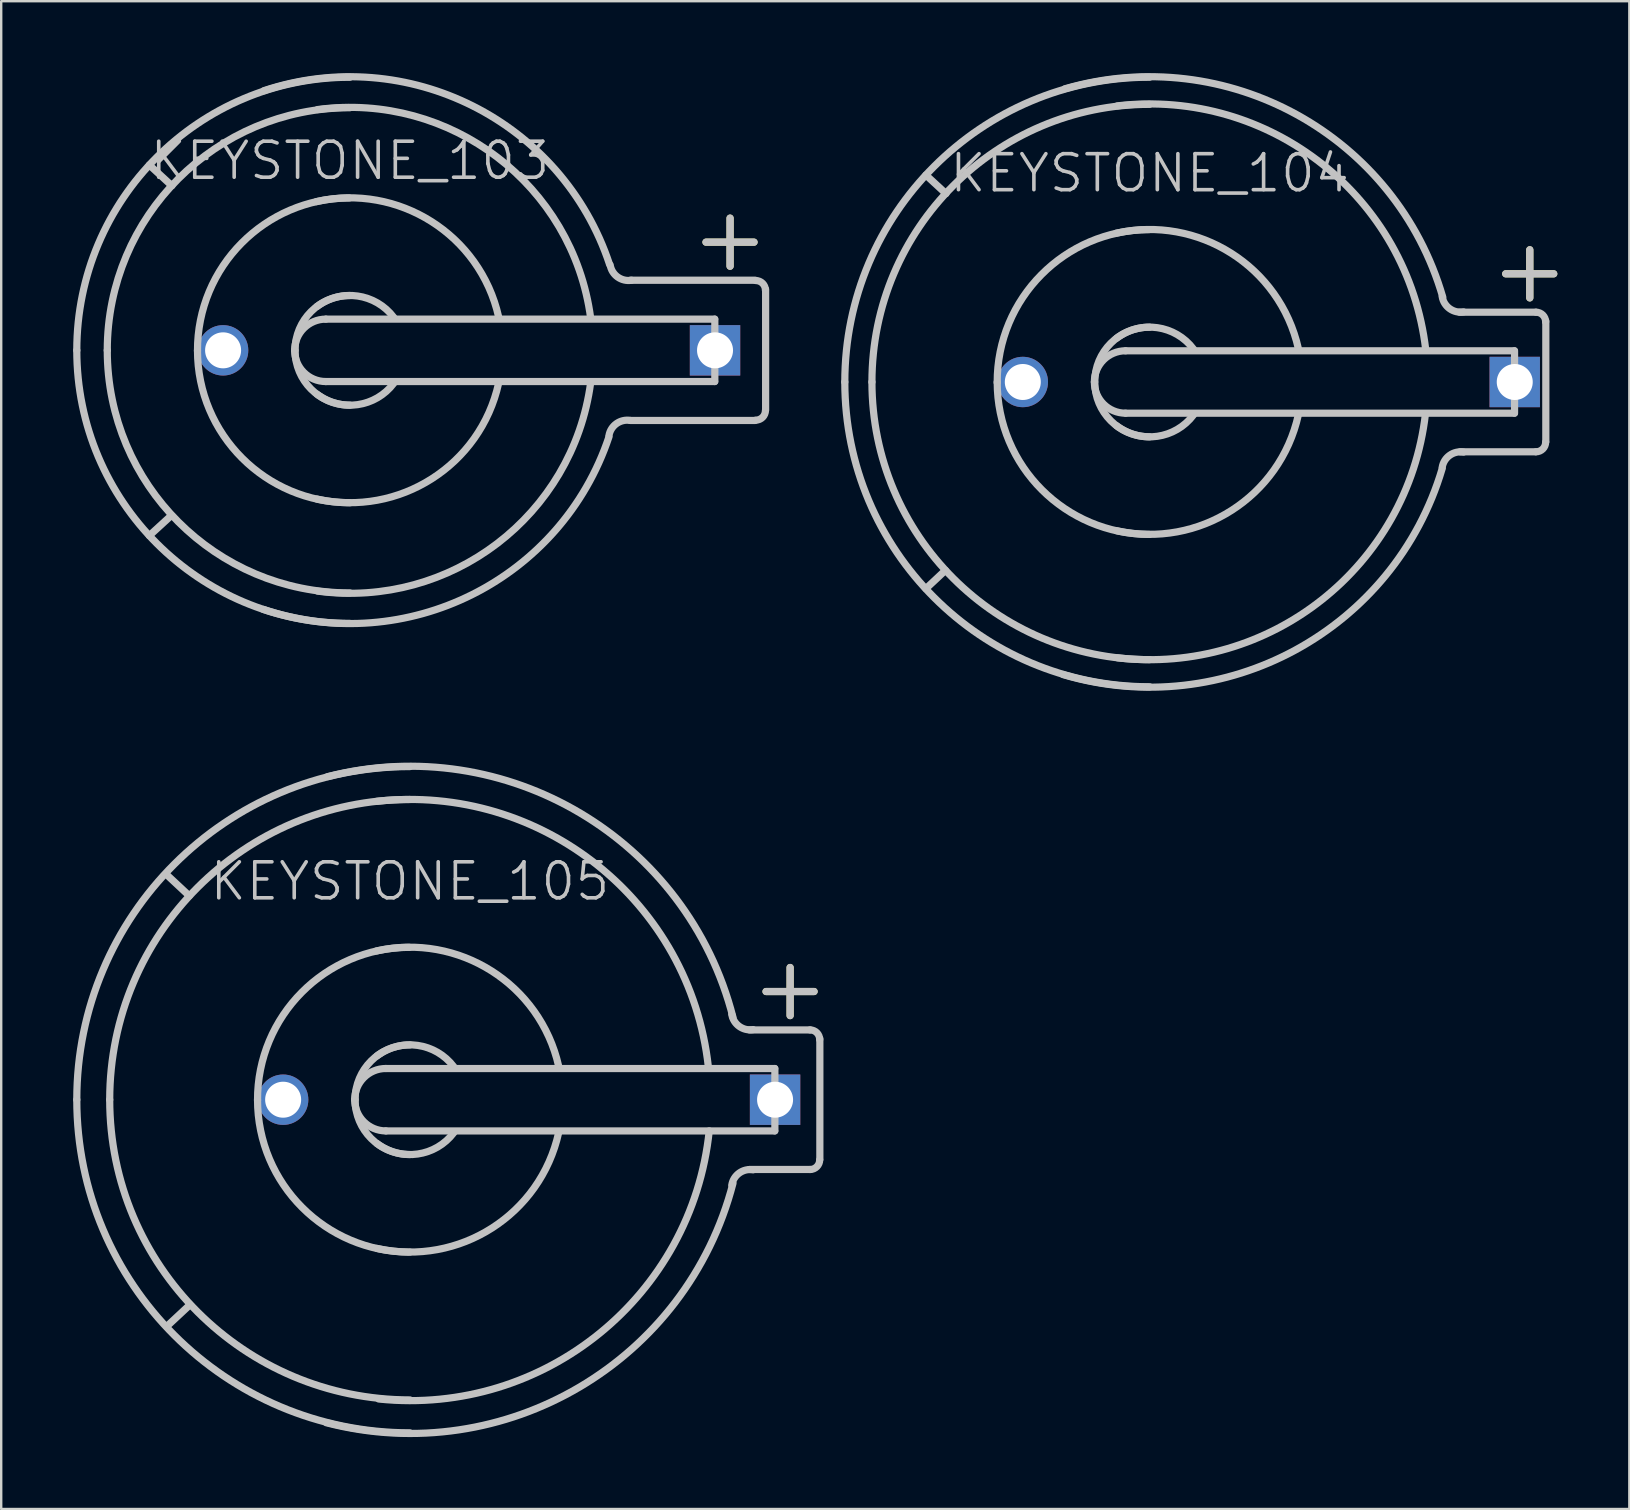
<source format=kicad_pcb>
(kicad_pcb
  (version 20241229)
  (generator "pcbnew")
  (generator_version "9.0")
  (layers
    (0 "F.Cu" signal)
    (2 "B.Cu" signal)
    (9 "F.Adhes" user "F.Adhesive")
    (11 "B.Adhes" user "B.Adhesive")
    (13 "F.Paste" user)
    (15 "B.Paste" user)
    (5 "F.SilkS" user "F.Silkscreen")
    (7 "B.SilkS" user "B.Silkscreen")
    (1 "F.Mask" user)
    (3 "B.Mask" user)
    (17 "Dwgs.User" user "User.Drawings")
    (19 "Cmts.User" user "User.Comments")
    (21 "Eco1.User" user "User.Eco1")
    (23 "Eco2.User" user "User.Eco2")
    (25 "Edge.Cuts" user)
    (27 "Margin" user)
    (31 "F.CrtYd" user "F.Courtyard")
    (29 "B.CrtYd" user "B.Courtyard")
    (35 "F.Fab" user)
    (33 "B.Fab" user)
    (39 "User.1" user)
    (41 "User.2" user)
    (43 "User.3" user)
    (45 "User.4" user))
  (footprint "KEYSTONE_103"
    (layer "F.Cu")
    (at 11.529 11.548)
    (property "Reference" "KEYSTONE_103" (at 0 -7.9 0) (layer "Dwgs.User") (effects (font (size 1.5 1.5) (thickness 0.15))))
    (attr through_hole)
    (fp_line (start 14.839 -4.508) (end 16.84 -4.508) (stroke (width 0.3) (type solid)) (layer "F.SilkS"))
    (fp_line (start 15.842 -3.505) (end 15.842 -5.509) (stroke (width 0.3) (type solid)) (layer "F.SilkS"))
    (fp_line (start -8.357 -7.722) (end -7.417 -6.858) (stroke (width 0.3) (type solid)) (layer "Dwgs.User"))
    (fp_line (start -8.357 7.722) (end -7.442 6.883) (stroke (width 0.3) (type solid)) (layer "Dwgs.User"))
    (fp_line (start -1.001 -1.3) (end 15.199 -1.3) (stroke (width 0.3) (type solid)) (layer "Dwgs.User"))
    (fp_line (start 11.684 -2.921) (end 16.891 -2.921) (stroke (width 0.3) (type solid)) (layer "Dwgs.User"))
    (fp_line (start 14.839 -4.508) (end 16.84 -4.508) (stroke (width 0.3) (type solid)) (layer "Dwgs.User"))
    (fp_line (start 15.199 1.3) (end -1.001 1.3) (stroke (width 0.3) (type solid)) (layer "Dwgs.User"))
    (fp_line (start 15.207 -1.3) (end 15.207 1.3) (stroke (width 0.3) (type solid)) (layer "Dwgs.User"))
    (fp_line (start 15.842 -3.505) (end 15.842 -5.509) (stroke (width 0.3) (type solid)) (layer "Dwgs.User"))
    (fp_line (start 16.891 2.921) (end 11.684 2.921) (stroke (width 0.3) (type solid)) (layer "Dwgs.User"))
    (fp_line (start 17.323 -2.54) (end 17.323 2.489) (stroke (width 0.3) (type solid)) (layer "Dwgs.User"))
    (fp_arc (start -11.3792 0) (mid -8.046309 -8.046309) (end 0 -11.3792) (stroke (width 0.3) (type solid)) (layer "Dwgs.User"))
    (fp_arc (start -10.1092 0) (mid -7.148284 -7.148284) (end 0 -10.1092) (stroke (width 0.3) (type solid)) (layer "Dwgs.User"))
    (fp_arc (start -6.35 0.0254) (mid -4.508089 -4.472168) (end -0.0254 -6.35) (stroke (width 0.3) (type solid)) (layer "Dwgs.User"))
    (fp_arc (start -3.5814 -10.8204) (mid 5.118746 -10.18361) (end 10.8204 -3.5814) (stroke (width 0.3) (type solid)) (layer "Dwgs.User"))
    (fp_arc (start -2.30124 0) (mid -1.920338 -0.919578) (end -1.00076 -1.30048) (stroke (width 0.3) (type solid)) (layer "Dwgs.User"))
    (fp_arc (start -2.286 0) (mid -1.616446 -1.616446) (end 0 -2.286) (stroke (width 0.3) (type solid)) (layer "Dwgs.User"))
    (fp_arc (start -1.397 -6.1976) (mid 3.394537 -5.370193) (end 6.1976 -1.397) (stroke (width 0.3) (type solid)) (layer "Dwgs.User"))
    (fp_arc (start -1.3716 -1.8288) (mid 0.323289 -2.263025) (end 1.8288 -1.3716) (stroke (width 0.3) (type solid)) (layer "Dwgs.User"))
    (fp_arc (start -1.3462 -10.033) (mid 6.142495 -8.046309) (end 10.033 -1.3462) (stroke (width 0.3) (type solid)) (layer "Dwgs.User"))
    (fp_arc (start -1.00076 1.30048) (mid -1.920338 0.919578) (end -2.30124 0) (stroke (width 0.3) (type solid)) (layer "Dwgs.User"))
    (fp_arc (start 0 2.286) (mid -1.616446 1.616446) (end -2.286 0) (stroke (width 0.3) (type solid)) (layer "Dwgs.User"))
    (fp_arc (start 0 6.35) (mid -4.490128 4.490128) (end -6.35 0) (stroke (width 0.3) (type solid)) (layer "Dwgs.User"))
    (fp_arc (start 0 10.1092) (mid -7.148284 7.148284) (end -10.1092 0) (stroke (width 0.3) (type solid)) (layer "Dwgs.User"))
    (fp_arc (start 0 11.3792) (mid -8.046309 8.046309) (end -11.3792 0) (stroke (width 0.3) (type solid)) (layer "Dwgs.User"))
    (fp_arc (start 1.8288 1.3716) (mid 0.323289 2.263025) (end -1.3716 1.8288) (stroke (width 0.3) (type solid)) (layer "Dwgs.User"))
    (fp_arc (start 6.1976 1.3716) (mid 3.412497 5.352233) (end -1.3716 6.1976) (stroke (width 0.3) (type solid)) (layer "Dwgs.User"))
    (fp_arc (start 10.033 1.3462) (mid 6.142495 8.046309) (end -1.3462 10.033) (stroke (width 0.3) (type solid)) (layer "Dwgs.User"))
    (fp_arc (start 10.795 3.556) (mid 11.107987 3.054382) (end 11.684 2.921) (stroke (width 0.3) (type solid)) (layer "Dwgs.User"))
    (fp_arc (start 10.795 3.6068) (mid 5.082825 10.18361) (end -3.6068 10.795) (stroke (width 0.3) (type solid)) (layer "Dwgs.User"))
    (fp_arc (start 11.7348 -2.921) (mid 11.158787 -3.054382) (end 10.8458 -3.556) (stroke (width 0.3) (type solid)) (layer "Dwgs.User"))
    (fp_arc (start 16.91386 -2.9083) (mid 17.197636 -2.790756) (end 17.31518 -2.50698) (stroke (width 0.3) (type solid)) (layer "Dwgs.User"))
    (fp_arc (start 17.31518 2.50698) (mid 17.197636 2.790756) (end 16.91386 2.9083) (stroke (width 0.3) (type solid)) (layer "Dwgs.User"))
    (pad "1" thru_hole rect (at 15.215 0) (size 2.1 2.1) (drill 1.5) (layers "*.Cu" "*.Mask"))
    (pad "2" thru_hole circle (at -5.283 0) (size 2.1 2.1) (drill 1.5) (layers "*.Cu" "*.Mask")))
  (footprint "KEYSTONE_104"
    (layer "F.Cu")
    (at 44.852 12.867)
    (property "Reference" "KEYSTONE_104" (at 0 -8.7 0) (layer "Dwgs.User") (effects (font (size 1.5 1.5) (thickness 0.15))))
    (attr through_hole)
    (fp_line (start 14.839 -4.508) (end 16.84 -4.508) (stroke (width 0.3) (type solid)) (layer "F.SilkS"))
    (fp_line (start 15.842 -3.505) (end 15.842 -5.509) (stroke (width 0.3) (type solid)) (layer "F.SilkS"))
    (fp_line (start -8.509 7.849) (end -9.322 8.611) (stroke (width 0.3) (type solid)) (layer "Dwgs.User"))
    (fp_line (start -8.484 -7.849) (end -9.322 -8.623) (stroke (width 0.3) (type solid)) (layer "Dwgs.User"))
    (fp_line (start -1.001 -1.3) (end 15.199 -1.3) (stroke (width 0.3) (type solid)) (layer "Dwgs.User"))
    (fp_line (start 14.839 -4.508) (end 16.84 -4.508) (stroke (width 0.3) (type solid)) (layer "Dwgs.User"))
    (fp_line (start 15.199 1.3) (end -1.001 1.3) (stroke (width 0.3) (type solid)) (layer "Dwgs.User"))
    (fp_line (start 15.207 -1.3) (end 15.207 1.3) (stroke (width 0.3) (type solid)) (layer "Dwgs.User"))
    (fp_line (start 15.842 -3.505) (end 15.842 -5.509) (stroke (width 0.3) (type solid)) (layer "Dwgs.User"))
    (fp_line (start 16.091 2.908) (end 12.941 2.908) (stroke (width 0.3) (type solid)) (layer "Dwgs.User"))
    (fp_line (start 16.104 -2.908) (end 12.916 -2.908) (stroke (width 0.3) (type solid)) (layer "Dwgs.User"))
    (fp_line (start 16.51 -2.54) (end 16.51 2.489) (stroke (width 0.3) (type solid)) (layer "Dwgs.User"))
    (fp_arc (start -12.7 0) (mid -8.980256 -8.980256) (end 0 -12.7) (stroke (width 0.3) (type solid)) (layer "Dwgs.User"))
    (fp_arc (start -11.5697 0) (mid -8.181013 -8.181013) (end 0 -11.5697) (stroke (width 0.3) (type solid)) (layer "Dwgs.User"))
    (fp_arc (start -6.35 0.0254) (mid -4.508089 -4.472168) (end -0.0254 -6.35) (stroke (width 0.3) (type solid)) (layer "Dwgs.User"))
    (fp_arc (start -3.5306 -12.2174) (mid 6.142495 -11.135518) (end 12.2174 -3.5306) (stroke (width 0.3) (type solid)) (layer "Dwgs.User"))
    (fp_arc (start -2.30124 0) (mid -1.920338 -0.919578) (end -1.00076 -1.30048) (stroke (width 0.3) (type solid)) (layer "Dwgs.User"))
    (fp_arc (start -2.286 0) (mid -1.616446 -1.616446) (end 0 -2.286) (stroke (width 0.3) (type solid)) (layer "Dwgs.User"))
    (fp_arc (start -1.397 -6.1976) (mid 3.394537 -5.370193) (end 6.1976 -1.397) (stroke (width 0.3) (type solid)) (layer "Dwgs.User"))
    (fp_arc (start -1.3716 -1.8288) (mid 0.323289 -2.263025) (end 1.8288 -1.3716) (stroke (width 0.3) (type solid)) (layer "Dwgs.User"))
    (fp_arc (start -1.3462 -11.5062) (mid 7.184205 -9.088019) (end 11.5062 -1.3462) (stroke (width 0.3) (type solid)) (layer "Dwgs.User"))
    (fp_arc (start -1.00076 1.30048) (mid -1.920338 0.919578) (end -2.30124 0) (stroke (width 0.3) (type solid)) (layer "Dwgs.User"))
    (fp_arc (start 0 2.286) (mid -1.616446 1.616446) (end -2.286 0) (stroke (width 0.3) (type solid)) (layer "Dwgs.User"))
    (fp_arc (start 0 6.35) (mid -4.490128 4.490128) (end -6.35 0) (stroke (width 0.3) (type solid)) (layer "Dwgs.User"))
    (fp_arc (start 0 11.5697) (mid -8.181013 8.181013) (end -11.5697 0) (stroke (width 0.3) (type solid)) (layer "Dwgs.User"))
    (fp_arc (start 0 12.7) (mid -8.980256 8.980256) (end -12.7 0) (stroke (width 0.3) (type solid)) (layer "Dwgs.User"))
    (fp_arc (start 1.8288 1.3716) (mid 0.323289 2.263025) (end -1.3716 1.8288) (stroke (width 0.3) (type solid)) (layer "Dwgs.User"))
    (fp_arc (start 6.1976 1.3716) (mid 3.412497 5.352233) (end -1.3716 6.1976) (stroke (width 0.3) (type solid)) (layer "Dwgs.User"))
    (fp_arc (start 11.4935 1.3335) (mid 7.184205 9.070059) (end -1.3335 11.4935) (stroke (width 0.3) (type solid)) (layer "Dwgs.User"))
    (fp_arc (start 12.192 3.556) (mid 12.504987 3.054382) (end 13.081 2.921) (stroke (width 0.3) (type solid)) (layer "Dwgs.User"))
    (fp_arc (start 12.192 3.6068) (mid 6.070653 11.171439) (end -3.6068 12.192) (stroke (width 0.3) (type solid)) (layer "Dwgs.User"))
    (fp_arc (start 13.081 -2.921) (mid 12.504987 -3.054382) (end 12.192 -3.556) (stroke (width 0.3) (type solid)) (layer "Dwgs.User"))
    (fp_arc (start 16.10106 -2.9083) (mid 16.384836 -2.790756) (end 16.50238 -2.50698) (stroke (width 0.3) (type solid)) (layer "Dwgs.User"))
    (fp_arc (start 16.50238 2.50698) (mid 16.384836 2.790756) (end 16.10106 2.9083) (stroke (width 0.3) (type solid)) (layer "Dwgs.User"))
    (pad "1" thru_hole rect (at 15.215 0) (size 2.1 2.1) (drill 1.5) (layers "*.Cu" "*.Mask"))
    (pad "2" thru_hole circle (at -5.283 0) (size 2.1 2.1) (drill 1.5) (layers "*.Cu" "*.Mask")))
  (footprint "KEYSTONE_105"
    (layer "F.Cu")
    (at 14.031 42.773)
    (property "Reference" "KEYSTONE_105" (at 0 -9.1 0) (layer "Dwgs.User") (effects (font (size 1.5 1.5) (thickness 0.15))))
    (attr through_hole)
    (fp_line (start 14.839 -4.508) (end 16.84 -4.508) (stroke (width 0.3) (type solid)) (layer "F.SilkS"))
    (fp_line (start 15.842 -3.505) (end 15.842 -5.509) (stroke (width 0.3) (type solid)) (layer "F.SilkS"))
    (fp_line (start -9.195 -8.496) (end -10.16 -9.398) (stroke (width 0.3) (type solid)) (layer "Dwgs.User"))
    (fp_line (start -9.169 8.547) (end -10.135 9.449) (stroke (width 0.3) (type solid)) (layer "Dwgs.User"))
    (fp_line (start -1.001 -1.3) (end 15.199 -1.3) (stroke (width 0.3) (type solid)) (layer "Dwgs.User"))
    (fp_line (start 14.839 -4.508) (end 16.84 -4.508) (stroke (width 0.3) (type solid)) (layer "Dwgs.User"))
    (fp_line (start 15.199 1.3) (end -1.001 1.3) (stroke (width 0.3) (type solid)) (layer "Dwgs.User"))
    (fp_line (start 15.207 -1.3) (end 15.207 1.3) (stroke (width 0.3) (type solid)) (layer "Dwgs.User"))
    (fp_line (start 15.842 -3.505) (end 15.842 -5.509) (stroke (width 0.3) (type solid)) (layer "Dwgs.User"))
    (fp_line (start 16.675 -2.908) (end 14.148 -2.908) (stroke (width 0.3) (type solid)) (layer "Dwgs.User"))
    (fp_line (start 16.675 2.908) (end 14.148 2.908) (stroke (width 0.3) (type solid)) (layer "Dwgs.User"))
    (fp_line (start 17.081 -2.54) (end 17.081 2.489) (stroke (width 0.3) (type solid)) (layer "Dwgs.User"))
    (fp_arc (start -13.8811 0) (mid -9.81542 -9.81542) (end 0 -13.8811) (stroke (width 0.3) (type solid)) (layer "Dwgs.User"))
    (fp_arc (start -12.5095 0) (mid -8.845552 -8.845552) (end 0 -12.5095) (stroke (width 0.3) (type solid)) (layer "Dwgs.User"))
    (fp_arc (start -6.35 0.0254) (mid -4.508089 -4.472168) (end -0.0254 -6.35) (stroke (width 0.3) (type solid)) (layer "Dwgs.User"))
    (fp_arc (start -3.429 -13.462) (mid 7.094402 -11.943741) (end 13.462 -3.429) (stroke (width 0.3) (type solid)) (layer "Dwgs.User"))
    (fp_arc (start -2.30124 0) (mid -1.920338 -0.919578) (end -1.00076 -1.30048) (stroke (width 0.3) (type solid)) (layer "Dwgs.User"))
    (fp_arc (start -2.286 0) (mid -1.616446 -1.616446) (end 0 -2.286) (stroke (width 0.3) (type solid)) (layer "Dwgs.User"))
    (fp_arc (start -1.397 -6.1976) (mid 3.394537 -5.370193) (end 6.1976 -1.397) (stroke (width 0.3) (type solid)) (layer "Dwgs.User"))
    (fp_arc (start -1.3843 -12.4333) (mid 7.812823 -9.770519) (end 12.4333 -1.3843) (stroke (width 0.3) (type solid)) (layer "Dwgs.User"))
    (fp_arc (start -1.3716 -1.8288) (mid 0.323289 -2.263025) (end 1.8288 -1.3716) (stroke (width 0.3) (type solid)) (layer "Dwgs.User"))
    (fp_arc (start -1.00076 1.30048) (mid -1.920338 0.919578) (end -2.30124 0) (stroke (width 0.3) (type solid)) (layer "Dwgs.User"))
    (fp_arc (start 0 2.286) (mid -1.616446 1.616446) (end -2.286 0) (stroke (width 0.3) (type solid)) (layer "Dwgs.User"))
    (fp_arc (start 0 6.35) (mid -4.490128 4.490128) (end -6.35 0) (stroke (width 0.3) (type solid)) (layer "Dwgs.User"))
    (fp_arc (start 0 12.5095) (mid -8.845552 8.845552) (end -12.5095 0) (stroke (width 0.3) (type solid)) (layer "Dwgs.User"))
    (fp_arc (start 0 13.8811) (mid -9.81542 9.81542) (end -13.8811 0) (stroke (width 0.3) (type solid)) (layer "Dwgs.User"))
    (fp_arc (start 1.8288 1.3716) (mid 0.323289 2.263025) (end -1.3716 1.8288) (stroke (width 0.3) (type solid)) (layer "Dwgs.User"))
    (fp_arc (start 6.1976 1.3716) (mid 3.412497 5.352233) (end -1.3716 6.1976) (stroke (width 0.3) (type solid)) (layer "Dwgs.User"))
    (fp_arc (start 12.4714 1.3) (mid 7.899373 9.73785) (end -1.3 12.4714) (stroke (width 0.3) (type solid)) (layer "Dwgs.User"))
    (fp_arc (start 13.4112 3.556) (mid 13.724187 3.054382) (end 14.3002 2.921) (stroke (width 0.3) (type solid)) (layer "Dwgs.User"))
    (fp_arc (start 13.462 3.4798) (mid 7.058481 11.979662) (end -3.4798 13.462) (stroke (width 0.3) (type solid)) (layer "Dwgs.User"))
    (fp_arc (start 14.3002 -2.921) (mid 13.724187 -3.054382) (end 13.4112 -3.556) (stroke (width 0.3) (type solid)) (layer "Dwgs.User"))
    (fp_arc (start 16.67256 -2.9083) (mid 16.956336 -2.790756) (end 17.07388 -2.50698) (stroke (width 0.3) (type solid)) (layer "Dwgs.User"))
    (fp_arc (start 17.07388 2.50698) (mid 16.956336 2.790756) (end 16.67256 2.9083) (stroke (width 0.3) (type solid)) (layer "Dwgs.User"))
    (pad "1" thru_hole rect (at 15.215 0) (size 2.1 2.1) (drill 1.5) (layers "*.Cu" "*.Mask"))
    (pad "2" thru_hole circle (at -5.283 0) (size 2.1 2.1) (drill 1.5) (layers "*.Cu" "*.Mask")))
  (gr_rect
    (start -3 -3)
    (end 64.842 59.828)
    (stroke (width 0.1) (type default))
    (fill no)
    (layer "Edge.Cuts")))
</source>
